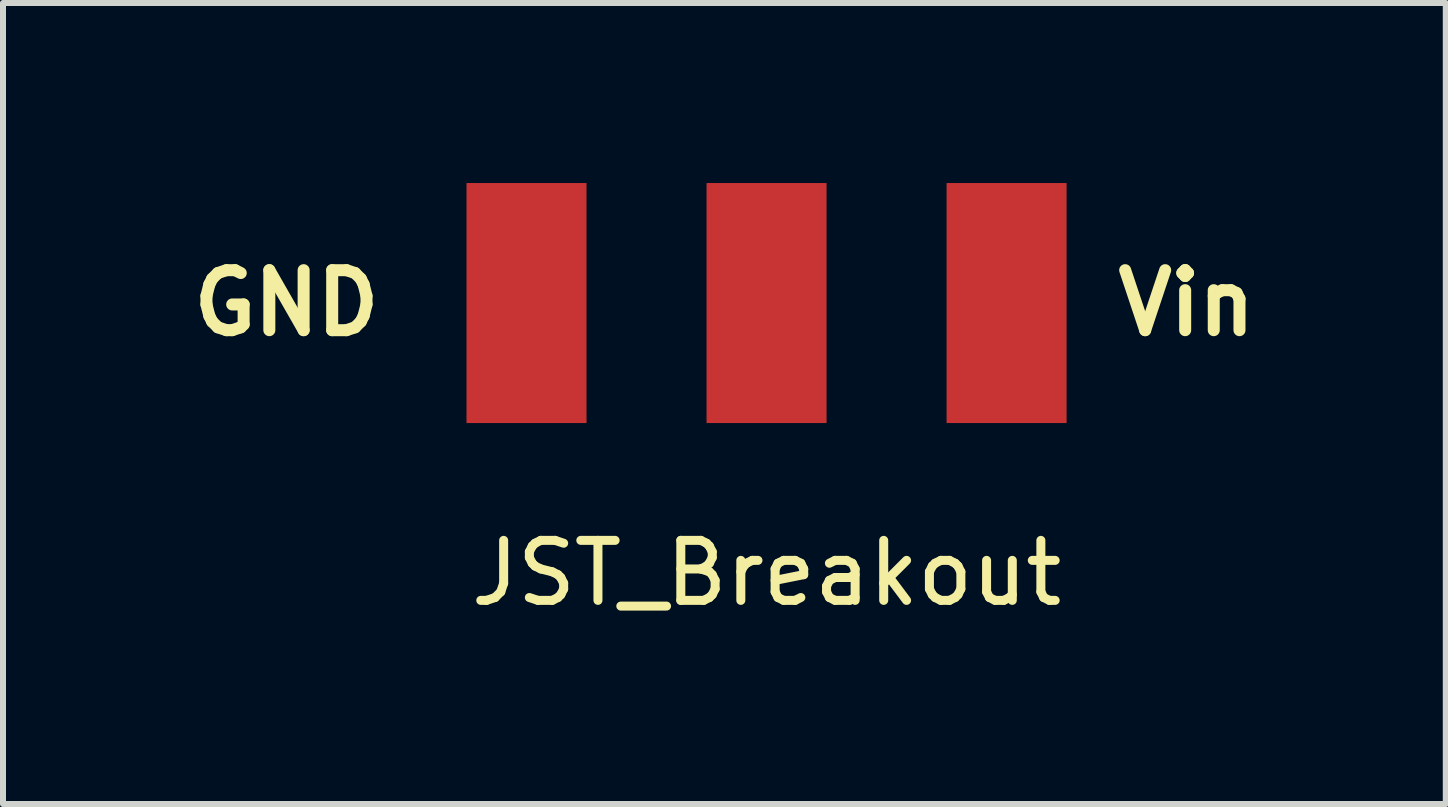
<source format=kicad_pcb>
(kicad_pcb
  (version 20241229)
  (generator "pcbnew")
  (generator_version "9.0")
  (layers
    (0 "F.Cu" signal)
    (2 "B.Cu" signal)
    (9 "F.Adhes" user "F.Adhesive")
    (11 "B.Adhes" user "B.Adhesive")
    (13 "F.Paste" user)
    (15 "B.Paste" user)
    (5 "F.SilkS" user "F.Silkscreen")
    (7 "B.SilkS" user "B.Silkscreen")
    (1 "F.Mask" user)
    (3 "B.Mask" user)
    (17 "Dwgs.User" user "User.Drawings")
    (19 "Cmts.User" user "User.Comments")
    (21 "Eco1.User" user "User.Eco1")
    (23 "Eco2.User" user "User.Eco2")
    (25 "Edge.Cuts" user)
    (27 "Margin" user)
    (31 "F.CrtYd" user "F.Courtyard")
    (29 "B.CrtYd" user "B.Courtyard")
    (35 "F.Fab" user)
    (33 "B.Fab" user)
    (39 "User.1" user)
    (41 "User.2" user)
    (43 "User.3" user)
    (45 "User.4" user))
  (footprint "JST_Breakout"
    (layer "F.Cu")
    (at 9.724 6)
    (property "Reference" "JST_Breakout" (at 0 0.5 0) (layer "F.SilkS") (effects (font (size 1 1) (thickness 0.15))))
    (attr smd)
    (fp_text user "Vin" (at 7 -4 0) (layer "F.SilkS") (effects (font (size 1 1) (thickness 0.2))))
    (fp_text user "GND" (at -8 -4 0) (layer "F.SilkS") (effects (font (size 1 1) (thickness 0.2))))
    (pad "1" smd rect (at 4 -4) (size 2 4) (layers "F.Cu" "F.Mask" "F.Paste"))
    (pad "2" smd rect (at -4 -4) (size 2 4) (layers "F.Cu" "F.Mask" "F.Paste"))
    (pad "3" smd rect (at 0 -4) (size 2 4) (layers "F.Cu" "F.Mask" "F.Paste")))
  (gr_rect
    (start -3 -3)
    (end 21.043 10.348)
    (stroke (width 0.1) (type default))
    (fill no)
    (layer "Edge.Cuts")))
</source>
